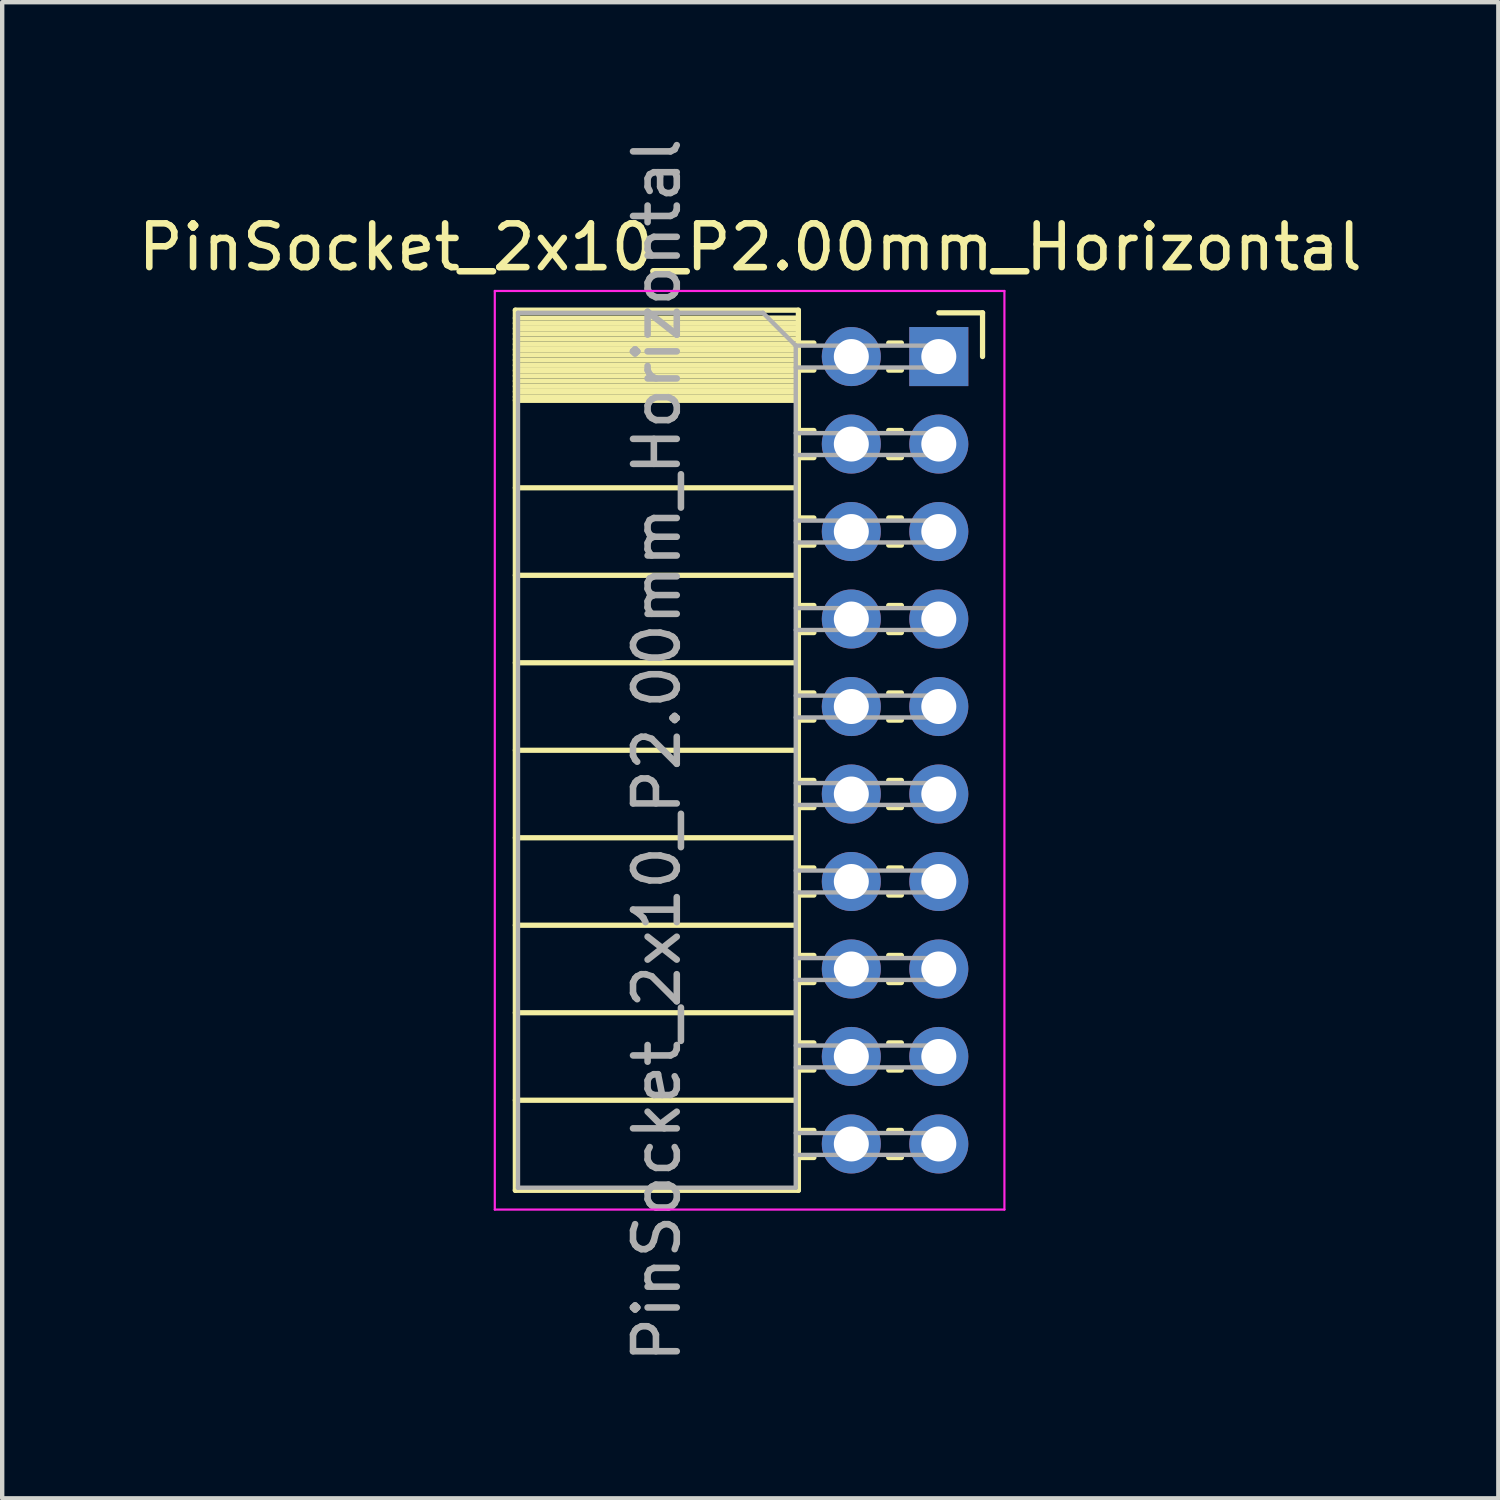
<source format=kicad_pcb>
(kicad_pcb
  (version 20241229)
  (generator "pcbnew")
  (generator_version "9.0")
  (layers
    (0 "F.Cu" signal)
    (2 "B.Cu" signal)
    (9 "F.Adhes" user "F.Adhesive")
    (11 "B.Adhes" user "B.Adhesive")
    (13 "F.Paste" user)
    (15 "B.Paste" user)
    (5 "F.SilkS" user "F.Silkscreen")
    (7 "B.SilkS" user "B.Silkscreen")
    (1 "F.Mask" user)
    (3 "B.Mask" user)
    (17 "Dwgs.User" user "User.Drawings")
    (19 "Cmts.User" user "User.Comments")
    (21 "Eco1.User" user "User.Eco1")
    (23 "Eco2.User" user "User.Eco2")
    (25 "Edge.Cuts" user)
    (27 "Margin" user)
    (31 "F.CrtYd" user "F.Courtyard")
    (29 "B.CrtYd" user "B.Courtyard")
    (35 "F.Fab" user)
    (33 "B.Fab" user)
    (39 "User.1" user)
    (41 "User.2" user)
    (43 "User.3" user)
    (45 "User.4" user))
  (footprint "PinSocket_2x10_P2.00mm_Horizontal"
    (layer "F.Cu")
    (at 18.411 5.101)
    (property "Reference" "PinSocket_2x10_P2.00mm_Horizontal" (at -4.31 -2.5 0) (layer "F.SilkS") (effects (font (size 1 1) (thickness 0.15))))
    (attr through_hole)
    (fp_line (start -9.68 -1.06) (end -3.21 -1.06) (stroke (width 0.12) (type solid)) (layer "F.SilkS"))
    (fp_line (start -9.68 -0.88) (end -3.21 -0.88) (stroke (width 0.12) (type solid)) (layer "F.SilkS"))
    (fp_line (start -9.68 -0.76) (end -3.21 -0.76) (stroke (width 0.12) (type solid)) (layer "F.SilkS"))
    (fp_line (start -9.68 -0.64) (end -3.21 -0.64) (stroke (width 0.12) (type solid)) (layer "F.SilkS"))
    (fp_line (start -9.68 -0.52) (end -3.21 -0.52) (stroke (width 0.12) (type solid)) (layer "F.SilkS"))
    (fp_line (start -9.68 -0.4) (end -3.21 -0.4) (stroke (width 0.12) (type solid)) (layer "F.SilkS"))
    (fp_line (start -9.68 -0.28) (end -3.21 -0.28) (stroke (width 0.12) (type solid)) (layer "F.SilkS"))
    (fp_line (start -9.68 -0.16) (end -3.21 -0.16) (stroke (width 0.12) (type solid)) (layer "F.SilkS"))
    (fp_line (start -9.68 -0.04) (end -3.21 -0.04) (stroke (width 0.12) (type solid)) (layer "F.SilkS"))
    (fp_line (start -9.68 0.08) (end -3.21 0.08) (stroke (width 0.12) (type solid)) (layer "F.SilkS"))
    (fp_line (start -9.68 0.2) (end -3.21 0.2) (stroke (width 0.12) (type solid)) (layer "F.SilkS"))
    (fp_line (start -9.68 0.32) (end -3.21 0.32) (stroke (width 0.12) (type solid)) (layer "F.SilkS"))
    (fp_line (start -9.68 0.44) (end -3.21 0.44) (stroke (width 0.12) (type solid)) (layer "F.SilkS"))
    (fp_line (start -9.68 0.56) (end -3.21 0.56) (stroke (width 0.12) (type solid)) (layer "F.SilkS"))
    (fp_line (start -9.68 0.68) (end -3.21 0.68) (stroke (width 0.12) (type solid)) (layer "F.SilkS"))
    (fp_line (start -9.68 0.8) (end -3.21 0.8) (stroke (width 0.12) (type solid)) (layer "F.SilkS"))
    (fp_line (start -9.68 0.92) (end -3.21 0.92) (stroke (width 0.12) (type solid)) (layer "F.SilkS"))
    (fp_line (start -9.68 1) (end -3.21 1) (stroke (width 0.12) (type solid)) (layer "F.SilkS"))
    (fp_line (start -9.68 3) (end -3.21 3) (stroke (width 0.12) (type solid)) (layer "F.SilkS"))
    (fp_line (start -9.68 5) (end -3.21 5) (stroke (width 0.12) (type solid)) (layer "F.SilkS"))
    (fp_line (start -9.68 7) (end -3.21 7) (stroke (width 0.12) (type solid)) (layer "F.SilkS"))
    (fp_line (start -9.68 9) (end -3.21 9) (stroke (width 0.12) (type solid)) (layer "F.SilkS"))
    (fp_line (start -9.68 11) (end -3.21 11) (stroke (width 0.12) (type solid)) (layer "F.SilkS"))
    (fp_line (start -9.68 13) (end -3.21 13) (stroke (width 0.12) (type solid)) (layer "F.SilkS"))
    (fp_line (start -9.68 15) (end -3.21 15) (stroke (width 0.12) (type solid)) (layer "F.SilkS"))
    (fp_line (start -9.68 17) (end -3.21 17) (stroke (width 0.12) (type solid)) (layer "F.SilkS"))
    (fp_line (start -9.68 19.06) (end -9.68 -1.06) (stroke (width 0.12) (type solid)) (layer "F.SilkS"))
    (fp_line (start -3.21 -1.06) (end -3.21 19.06) (stroke (width 0.12) (type solid)) (layer "F.SilkS"))
    (fp_line (start -3.21 -0.31) (end -2.855 -0.31) (stroke (width 0.12) (type solid)) (layer "F.SilkS"))
    (fp_line (start -3.21 1.69) (end -2.855 1.69) (stroke (width 0.12) (type solid)) (layer "F.SilkS"))
    (fp_line (start -3.21 3.69) (end -2.855 3.69) (stroke (width 0.12) (type solid)) (layer "F.SilkS"))
    (fp_line (start -3.21 5.69) (end -2.855 5.69) (stroke (width 0.12) (type solid)) (layer "F.SilkS"))
    (fp_line (start -3.21 7.69) (end -2.855 7.69) (stroke (width 0.12) (type solid)) (layer "F.SilkS"))
    (fp_line (start -3.21 9.69) (end -2.855 9.69) (stroke (width 0.12) (type solid)) (layer "F.SilkS"))
    (fp_line (start -3.21 11.69) (end -2.855 11.69) (stroke (width 0.12) (type solid)) (layer "F.SilkS"))
    (fp_line (start -3.21 13.69) (end -2.855 13.69) (stroke (width 0.12) (type solid)) (layer "F.SilkS"))
    (fp_line (start -3.21 15.69) (end -2.855 15.69) (stroke (width 0.12) (type solid)) (layer "F.SilkS"))
    (fp_line (start -3.21 17.69) (end -2.855 17.69) (stroke (width 0.12) (type solid)) (layer "F.SilkS"))
    (fp_line (start -3.21 19.06) (end -9.68 19.06) (stroke (width 0.12) (type solid)) (layer "F.SilkS"))
    (fp_line (start -2.855 0.31) (end -3.21 0.31) (stroke (width 0.12) (type solid)) (layer "F.SilkS"))
    (fp_line (start -2.855 2.31) (end -3.21 2.31) (stroke (width 0.12) (type solid)) (layer "F.SilkS"))
    (fp_line (start -2.855 4.31) (end -3.21 4.31) (stroke (width 0.12) (type solid)) (layer "F.SilkS"))
    (fp_line (start -2.855 6.31) (end -3.21 6.31) (stroke (width 0.12) (type solid)) (layer "F.SilkS"))
    (fp_line (start -2.855 8.31) (end -3.21 8.31) (stroke (width 0.12) (type solid)) (layer "F.SilkS"))
    (fp_line (start -2.855 10.31) (end -3.21 10.31) (stroke (width 0.12) (type solid)) (layer "F.SilkS"))
    (fp_line (start -2.855 12.31) (end -3.21 12.31) (stroke (width 0.12) (type solid)) (layer "F.SilkS"))
    (fp_line (start -2.855 14.31) (end -3.21 14.31) (stroke (width 0.12) (type solid)) (layer "F.SilkS"))
    (fp_line (start -2.855 16.31) (end -3.21 16.31) (stroke (width 0.12) (type solid)) (layer "F.SilkS"))
    (fp_line (start -2.855 18.31) (end -3.21 18.31) (stroke (width 0.12) (type solid)) (layer "F.SilkS"))
    (fp_line (start -1.145 0.31) (end -0.855 0.31) (stroke (width 0.12) (type solid)) (layer "F.SilkS"))
    (fp_line (start -1.145 2.31) (end -0.855 2.31) (stroke (width 0.12) (type solid)) (layer "F.SilkS"))
    (fp_line (start -1.145 4.31) (end -0.855 4.31) (stroke (width 0.12) (type solid)) (layer "F.SilkS"))
    (fp_line (start -1.145 6.31) (end -0.855 6.31) (stroke (width 0.12) (type solid)) (layer "F.SilkS"))
    (fp_line (start -1.145 8.31) (end -0.855 8.31) (stroke (width 0.12) (type solid)) (layer "F.SilkS"))
    (fp_line (start -1.145 10.31) (end -0.855 10.31) (stroke (width 0.12) (type solid)) (layer "F.SilkS"))
    (fp_line (start -1.145 12.31) (end -0.855 12.31) (stroke (width 0.12) (type solid)) (layer "F.SilkS"))
    (fp_line (start -1.145 14.31) (end -0.855 14.31) (stroke (width 0.12) (type solid)) (layer "F.SilkS"))
    (fp_line (start -1.145 16.31) (end -0.855 16.31) (stroke (width 0.12) (type solid)) (layer "F.SilkS"))
    (fp_line (start -1.145 18.31) (end -0.855 18.31) (stroke (width 0.12) (type solid)) (layer "F.SilkS"))
    (fp_line (start -0.855 -0.31) (end -1.145 -0.31) (stroke (width 0.12) (type solid)) (layer "F.SilkS"))
    (fp_line (start -0.855 1.69) (end -1.145 1.69) (stroke (width 0.12) (type solid)) (layer "F.SilkS"))
    (fp_line (start -0.855 3.69) (end -1.145 3.69) (stroke (width 0.12) (type solid)) (layer "F.SilkS"))
    (fp_line (start -0.855 5.69) (end -1.145 5.69) (stroke (width 0.12) (type solid)) (layer "F.SilkS"))
    (fp_line (start -0.855 7.69) (end -1.145 7.69) (stroke (width 0.12) (type solid)) (layer "F.SilkS"))
    (fp_line (start -0.855 9.69) (end -1.145 9.69) (stroke (width 0.12) (type solid)) (layer "F.SilkS"))
    (fp_line (start -0.855 11.69) (end -1.145 11.69) (stroke (width 0.12) (type solid)) (layer "F.SilkS"))
    (fp_line (start -0.855 13.69) (end -1.145 13.69) (stroke (width 0.12) (type solid)) (layer "F.SilkS"))
    (fp_line (start -0.855 15.69) (end -1.145 15.69) (stroke (width 0.12) (type solid)) (layer "F.SilkS"))
    (fp_line (start -0.855 17.69) (end -1.145 17.69) (stroke (width 0.12) (type solid)) (layer "F.SilkS"))
    (fp_line (start 0 -1) (end 1 -1) (stroke (width 0.12) (type solid)) (layer "F.SilkS"))
    (fp_line (start 1 -1) (end 1 0) (stroke (width 0.12) (type solid)) (layer "F.SilkS"))
    (fp_line (start -10.15 -1.5) (end -10.15 19.5) (stroke (width 0.05) (type solid)) (layer "F.CrtYd"))
    (fp_line (start -10.15 19.5) (end 1.5 19.5) (stroke (width 0.05) (type solid)) (layer "F.CrtYd"))
    (fp_line (start 1.5 -1.5) (end -10.15 -1.5) (stroke (width 0.05) (type solid)) (layer "F.CrtYd"))
    (fp_line (start 1.5 19.5) (end 1.5 -1.5) (stroke (width 0.05) (type solid)) (layer "F.CrtYd"))
    (fp_line (start -9.62 -1) (end -4.02 -1) (stroke (width 0.1) (type solid)) (layer "F.Fab"))
    (fp_line (start -9.62 19) (end -9.62 -1) (stroke (width 0.1) (type solid)) (layer "F.Fab"))
    (fp_line (start -4.02 -1) (end -3.27 -0.25) (stroke (width 0.1) (type solid)) (layer "F.Fab"))
    (fp_line (start -3.27 -0.25) (end -3.27 19) (stroke (width 0.1) (type solid)) (layer "F.Fab"))
    (fp_line (start -3.27 0.25) (end 0 0.25) (stroke (width 0.1) (type solid)) (layer "F.Fab"))
    (fp_line (start -3.27 2.25) (end 0 2.25) (stroke (width 0.1) (type solid)) (layer "F.Fab"))
    (fp_line (start -3.27 4.25) (end 0 4.25) (stroke (width 0.1) (type solid)) (layer "F.Fab"))
    (fp_line (start -3.27 6.25) (end 0 6.25) (stroke (width 0.1) (type solid)) (layer "F.Fab"))
    (fp_line (start -3.27 8.25) (end 0 8.25) (stroke (width 0.1) (type solid)) (layer "F.Fab"))
    (fp_line (start -3.27 10.25) (end 0 10.25) (stroke (width 0.1) (type solid)) (layer "F.Fab"))
    (fp_line (start -3.27 12.25) (end 0 12.25) (stroke (width 0.1) (type solid)) (layer "F.Fab"))
    (fp_line (start -3.27 14.25) (end 0 14.25) (stroke (width 0.1) (type solid)) (layer "F.Fab"))
    (fp_line (start -3.27 16.25) (end 0 16.25) (stroke (width 0.1) (type solid)) (layer "F.Fab"))
    (fp_line (start -3.27 18.25) (end 0 18.25) (stroke (width 0.1) (type solid)) (layer "F.Fab"))
    (fp_line (start -3.27 19) (end -9.62 19) (stroke (width 0.1) (type solid)) (layer "F.Fab"))
    (fp_line (start 0 -0.25) (end -3.27 -0.25) (stroke (width 0.1) (type solid)) (layer "F.Fab"))
    (fp_line (start 0 0.25) (end 0 -0.25) (stroke (width 0.1) (type solid)) (layer "F.Fab"))
    (fp_line (start 0 1.75) (end -3.27 1.75) (stroke (width 0.1) (type solid)) (layer "F.Fab"))
    (fp_line (start 0 2.25) (end 0 1.75) (stroke (width 0.1) (type solid)) (layer "F.Fab"))
    (fp_line (start 0 3.75) (end -3.27 3.75) (stroke (width 0.1) (type solid)) (layer "F.Fab"))
    (fp_line (start 0 4.25) (end 0 3.75) (stroke (width 0.1) (type solid)) (layer "F.Fab"))
    (fp_line (start 0 5.75) (end -3.27 5.75) (stroke (width 0.1) (type solid)) (layer "F.Fab"))
    (fp_line (start 0 6.25) (end 0 5.75) (stroke (width 0.1) (type solid)) (layer "F.Fab"))
    (fp_line (start 0 7.75) (end -3.27 7.75) (stroke (width 0.1) (type solid)) (layer "F.Fab"))
    (fp_line (start 0 8.25) (end 0 7.75) (stroke (width 0.1) (type solid)) (layer "F.Fab"))
    (fp_line (start 0 9.75) (end -3.27 9.75) (stroke (width 0.1) (type solid)) (layer "F.Fab"))
    (fp_line (start 0 10.25) (end 0 9.75) (stroke (width 0.1) (type solid)) (layer "F.Fab"))
    (fp_line (start 0 11.75) (end -3.27 11.75) (stroke (width 0.1) (type solid)) (layer "F.Fab"))
    (fp_line (start 0 12.25) (end 0 11.75) (stroke (width 0.1) (type solid)) (layer "F.Fab"))
    (fp_line (start 0 13.75) (end -3.27 13.75) (stroke (width 0.1) (type solid)) (layer "F.Fab"))
    (fp_line (start 0 14.25) (end 0 13.75) (stroke (width 0.1) (type solid)) (layer "F.Fab"))
    (fp_line (start 0 15.75) (end -3.27 15.75) (stroke (width 0.1) (type solid)) (layer "F.Fab"))
    (fp_line (start 0 16.25) (end 0 15.75) (stroke (width 0.1) (type solid)) (layer "F.Fab"))
    (fp_line (start 0 17.75) (end -3.27 17.75) (stroke (width 0.1) (type solid)) (layer "F.Fab"))
    (fp_line (start 0 18.25) (end 0 17.75) (stroke (width 0.1) (type solid)) (layer "F.Fab"))
    (fp_text user "${REFERENCE}" (at -6.445 9 90) (layer "F.Fab") (effects (font (size 1 1) (thickness 0.15))))
    (pad "1" thru_hole rect (at 0 0) (size 1.35 1.35) (drill 0.8) (layers "*.Cu" "*.Mask"))
    (pad "2" thru_hole oval (at -2 0) (size 1.35 1.35) (drill 0.8) (layers "*.Cu" "*.Mask"))
    (pad "3" thru_hole oval (at 0 2) (size 1.35 1.35) (drill 0.8) (layers "*.Cu" "*.Mask"))
    (pad "4" thru_hole oval (at -2 2) (size 1.35 1.35) (drill 0.8) (layers "*.Cu" "*.Mask"))
    (pad "5" thru_hole oval (at 0 4) (size 1.35 1.35) (drill 0.8) (layers "*.Cu" "*.Mask"))
    (pad "6" thru_hole oval (at -2 4) (size 1.35 1.35) (drill 0.8) (layers "*.Cu" "*.Mask"))
    (pad "7" thru_hole oval (at 0 6) (size 1.35 1.35) (drill 0.8) (layers "*.Cu" "*.Mask"))
    (pad "8" thru_hole oval (at -2 6) (size 1.35 1.35) (drill 0.8) (layers "*.Cu" "*.Mask"))
    (pad "9" thru_hole oval (at 0 8) (size 1.35 1.35) (drill 0.8) (layers "*.Cu" "*.Mask"))
    (pad "10" thru_hole oval (at -2 8) (size 1.35 1.35) (drill 0.8) (layers "*.Cu" "*.Mask"))
    (pad "11" thru_hole oval (at 0 10) (size 1.35 1.35) (drill 0.8) (layers "*.Cu" "*.Mask"))
    (pad "12" thru_hole oval (at -2 10) (size 1.35 1.35) (drill 0.8) (layers "*.Cu" "*.Mask"))
    (pad "13" thru_hole oval (at 0 12) (size 1.35 1.35) (drill 0.8) (layers "*.Cu" "*.Mask"))
    (pad "14" thru_hole oval (at -2 12) (size 1.35 1.35) (drill 0.8) (layers "*.Cu" "*.Mask"))
    (pad "15" thru_hole oval (at 0 14) (size 1.35 1.35) (drill 0.8) (layers "*.Cu" "*.Mask"))
    (pad "16" thru_hole oval (at -2 14) (size 1.35 1.35) (drill 0.8) (layers "*.Cu" "*.Mask"))
    (pad "17" thru_hole oval (at 0 16) (size 1.35 1.35) (drill 0.8) (layers "*.Cu" "*.Mask"))
    (pad "18" thru_hole oval (at -2 16) (size 1.35 1.35) (drill 0.8) (layers "*.Cu" "*.Mask"))
    (pad "19" thru_hole oval (at 0 18) (size 1.35 1.35) (drill 0.8) (layers "*.Cu" "*.Mask"))
    (pad "20" thru_hole oval (at -2 18) (size 1.35 1.35) (drill 0.8) (layers "*.Cu" "*.Mask")))
  (gr_rect
    (start -3 -3)
    (end 31.202 31.202)
    (stroke (width 0.1) (type default))
    (fill no)
    (layer "Edge.Cuts")))
</source>
